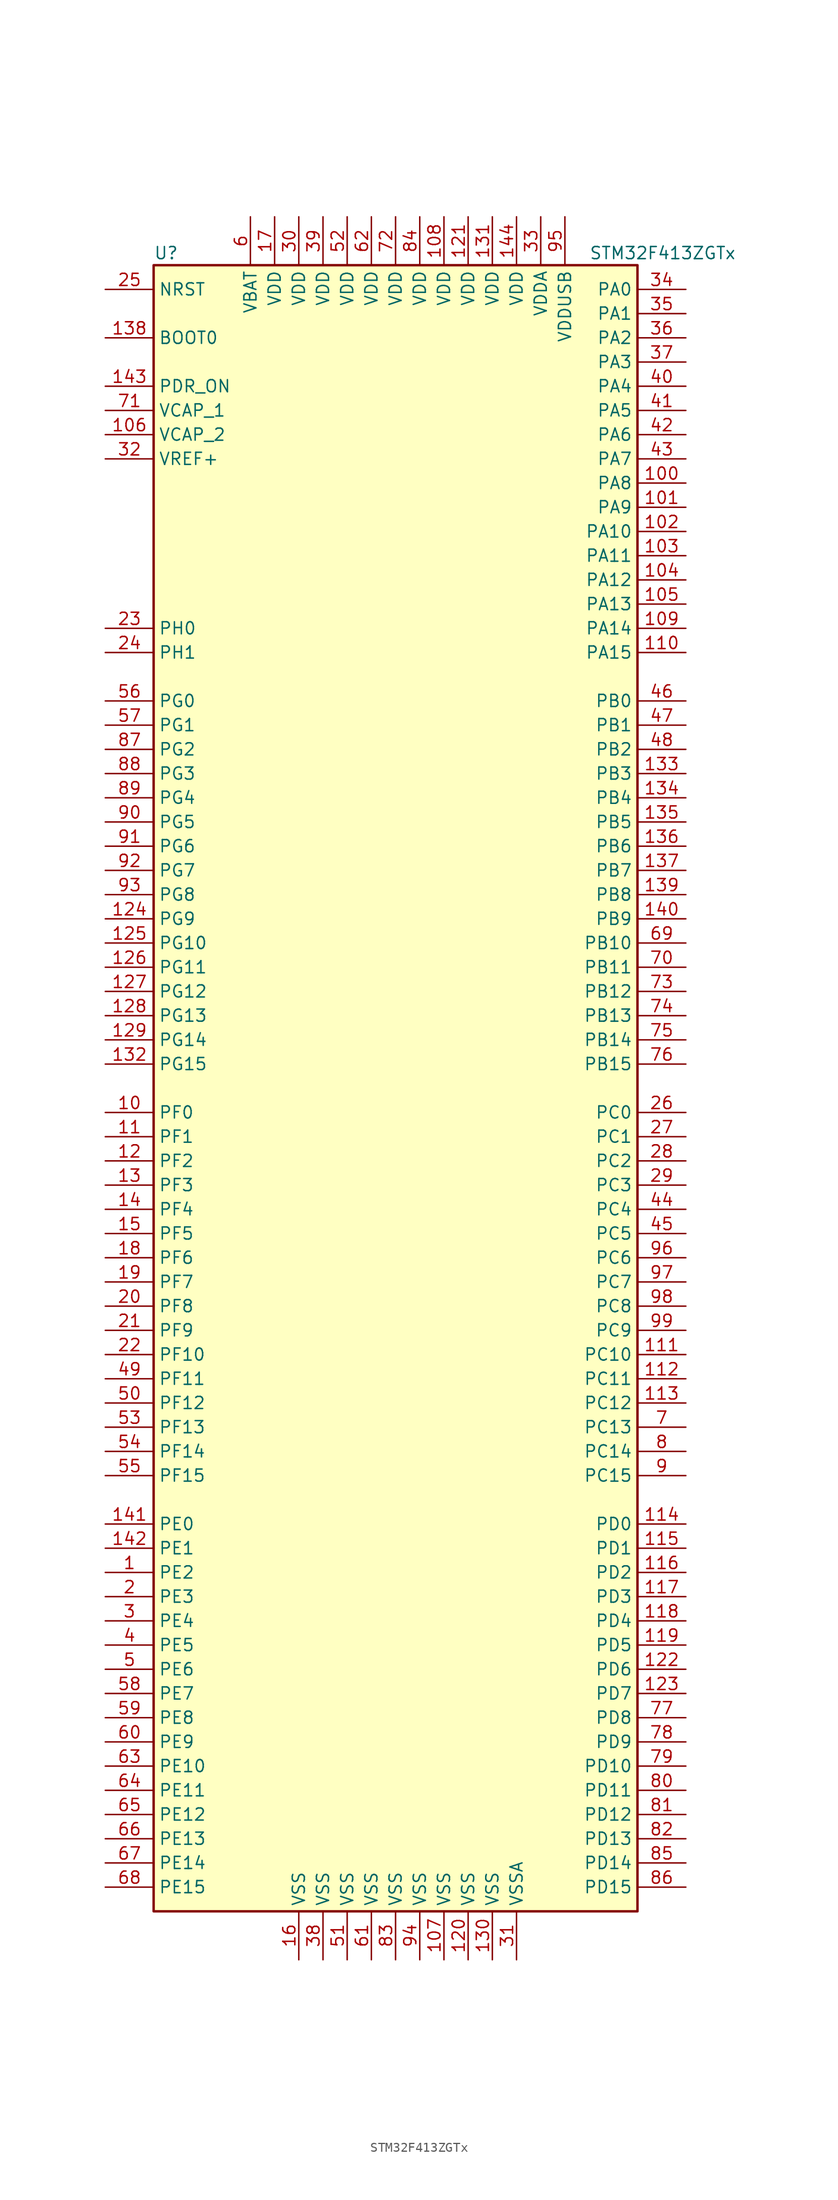
<source format=kicad_sym>
(kicad_symbol_lib
  (version 20211014)
  (generator kicad_symbol_editor)
  (symbol "STM32F413ZGTx"
    (property "Reference" "U"
      (at -25.4 87.63 0)
      (effects (font (size 1.27 1.27)) (justify left)))
    (property "Value" "STM32F413ZGTx"
      (at 20.32 87.63 0)
      (effects (font (size 1.27 1.27)) (justify left)))
    (symbol "STM32F413ZGTx_0_1"
      (rectangle (start -25.4 -86.36) (end 25.4 86.36) (stroke (width 0.254) (type default) (color 0 0 0 0)) (fill (type background))))
    (symbol "STM32F413ZGTx_1_1"
      (pin bidirectional line (at -30.48 -50.8 0) (length 5.08) (name "PE2" (effects (font (size 1.27 1.27)))) (number "1" (effects (font (size 1.27 1.27)))))
      (pin bidirectional line (at -30.48 -2.54 0) (length 5.08) (name "PF0" (effects (font (size 1.27 1.27)))) (number "10" (effects (font (size 1.27 1.27)))))
      (pin bidirectional line (at 30.48 63.5 180) (length 5.08) (name "PA8" (effects (font (size 1.27 1.27)))) (number "100" (effects (font (size 1.27 1.27)))))
      (pin bidirectional line (at 30.48 60.96 180) (length 5.08) (name "PA9" (effects (font (size 1.27 1.27)))) (number "101" (effects (font (size 1.27 1.27)))))
      (pin bidirectional line (at 30.48 58.42 180) (length 5.08) (name "PA10" (effects (font (size 1.27 1.27)))) (number "102" (effects (font (size 1.27 1.27)))))
      (pin bidirectional line (at 30.48 55.88 180) (length 5.08) (name "PA11" (effects (font (size 1.27 1.27)))) (number "103" (effects (font (size 1.27 1.27)))))
      (pin bidirectional line (at 30.48 53.34 180) (length 5.08) (name "PA12" (effects (font (size 1.27 1.27)))) (number "104" (effects (font (size 1.27 1.27)))))
      (pin bidirectional line (at 30.48 50.8 180) (length 5.08) (name "PA13" (effects (font (size 1.27 1.27)))) (number "105" (effects (font (size 1.27 1.27)))))
      (pin power_in line (at -30.48 68.58 0) (length 5.08) (name "VCAP_2" (effects (font (size 1.27 1.27)))) (number "106" (effects (font (size 1.27 1.27)))))
      (pin power_in line (at 5.08 -91.44 90) (length 5.08) (name "VSS" (effects (font (size 1.27 1.27)))) (number "107" (effects (font (size 1.27 1.27)))))
      (pin power_in line (at 5.08 91.44 270) (length 5.08) (name "VDD" (effects (font (size 1.27 1.27)))) (number "108" (effects (font (size 1.27 1.27)))))
      (pin bidirectional line (at 30.48 48.26 180) (length 5.08) (name "PA14" (effects (font (size 1.27 1.27)))) (number "109" (effects (font (size 1.27 1.27)))))
      (pin bidirectional line (at -30.48 -5.08 0) (length 5.08) (name "PF1" (effects (font (size 1.27 1.27)))) (number "11" (effects (font (size 1.27 1.27)))))
      (pin bidirectional line (at 30.48 45.72 180) (length 5.08) (name "PA15" (effects (font (size 1.27 1.27)))) (number "110" (effects (font (size 1.27 1.27)))))
      (pin bidirectional line (at 30.48 -27.94 180) (length 5.08) (name "PC10" (effects (font (size 1.27 1.27)))) (number "111" (effects (font (size 1.27 1.27)))))
      (pin bidirectional line (at 30.48 -30.48 180) (length 5.08) (name "PC11" (effects (font (size 1.27 1.27)))) (number "112" (effects (font (size 1.27 1.27)))))
      (pin bidirectional line (at 30.48 -33.02 180) (length 5.08) (name "PC12" (effects (font (size 1.27 1.27)))) (number "113" (effects (font (size 1.27 1.27)))))
      (pin bidirectional line (at 30.48 -45.72 180) (length 5.08) (name "PD0" (effects (font (size 1.27 1.27)))) (number "114" (effects (font (size 1.27 1.27)))))
      (pin bidirectional line (at 30.48 -48.26 180) (length 5.08) (name "PD1" (effects (font (size 1.27 1.27)))) (number "115" (effects (font (size 1.27 1.27)))))
      (pin bidirectional line (at 30.48 -50.8 180) (length 5.08) (name "PD2" (effects (font (size 1.27 1.27)))) (number "116" (effects (font (size 1.27 1.27)))))
      (pin bidirectional line (at 30.48 -53.34 180) (length 5.08) (name "PD3" (effects (font (size 1.27 1.27)))) (number "117" (effects (font (size 1.27 1.27)))))
      (pin bidirectional line (at 30.48 -55.88 180) (length 5.08) (name "PD4" (effects (font (size 1.27 1.27)))) (number "118" (effects (font (size 1.27 1.27)))))
      (pin bidirectional line (at 30.48 -58.42 180) (length 5.08) (name "PD5" (effects (font (size 1.27 1.27)))) (number "119" (effects (font (size 1.27 1.27)))))
      (pin bidirectional line (at -30.48 -7.62 0) (length 5.08) (name "PF2" (effects (font (size 1.27 1.27)))) (number "12" (effects (font (size 1.27 1.27)))))
      (pin power_in line (at 7.62 -91.44 90) (length 5.08) (name "VSS" (effects (font (size 1.27 1.27)))) (number "120" (effects (font (size 1.27 1.27)))))
      (pin power_in line (at 7.62 91.44 270) (length 5.08) (name "VDD" (effects (font (size 1.27 1.27)))) (number "121" (effects (font (size 1.27 1.27)))))
      (pin bidirectional line (at 30.48 -60.96 180) (length 5.08) (name "PD6" (effects (font (size 1.27 1.27)))) (number "122" (effects (font (size 1.27 1.27)))))
      (pin bidirectional line (at 30.48 -63.5 180) (length 5.08) (name "PD7" (effects (font (size 1.27 1.27)))) (number "123" (effects (font (size 1.27 1.27)))))
      (pin bidirectional line (at -30.48 17.78 0) (length 5.08) (name "PG9" (effects (font (size 1.27 1.27)))) (number "124" (effects (font (size 1.27 1.27)))))
      (pin bidirectional line (at -30.48 15.24 0) (length 5.08) (name "PG10" (effects (font (size 1.27 1.27)))) (number "125" (effects (font (size 1.27 1.27)))))
      (pin bidirectional line (at -30.48 12.7 0) (length 5.08) (name "PG11" (effects (font (size 1.27 1.27)))) (number "126" (effects (font (size 1.27 1.27)))))
      (pin bidirectional line (at -30.48 10.16 0) (length 5.08) (name "PG12" (effects (font (size 1.27 1.27)))) (number "127" (effects (font (size 1.27 1.27)))))
      (pin bidirectional line (at -30.48 7.62 0) (length 5.08) (name "PG13" (effects (font (size 1.27 1.27)))) (number "128" (effects (font (size 1.27 1.27)))))
      (pin bidirectional line (at -30.48 5.08 0) (length 5.08) (name "PG14" (effects (font (size 1.27 1.27)))) (number "129" (effects (font (size 1.27 1.27)))))
      (pin bidirectional line (at -30.48 -10.16 0) (length 5.08) (name "PF3" (effects (font (size 1.27 1.27)))) (number "13" (effects (font (size 1.27 1.27)))))
      (pin power_in line (at 10.16 -91.44 90) (length 5.08) (name "VSS" (effects (font (size 1.27 1.27)))) (number "130" (effects (font (size 1.27 1.27)))))
      (pin power_in line (at 10.16 91.44 270) (length 5.08) (name "VDD" (effects (font (size 1.27 1.27)))) (number "131" (effects (font (size 1.27 1.27)))))
      (pin bidirectional line (at -30.48 2.54 0) (length 5.08) (name "PG15" (effects (font (size 1.27 1.27)))) (number "132" (effects (font (size 1.27 1.27)))))
      (pin bidirectional line (at 30.48 33.02 180) (length 5.08) (name "PB3" (effects (font (size 1.27 1.27)))) (number "133" (effects (font (size 1.27 1.27)))))
      (pin bidirectional line (at 30.48 30.48 180) (length 5.08) (name "PB4" (effects (font (size 1.27 1.27)))) (number "134" (effects (font (size 1.27 1.27)))))
      (pin bidirectional line (at 30.48 27.94 180) (length 5.08) (name "PB5" (effects (font (size 1.27 1.27)))) (number "135" (effects (font (size 1.27 1.27)))))
      (pin bidirectional line (at 30.48 25.4 180) (length 5.08) (name "PB6" (effects (font (size 1.27 1.27)))) (number "136" (effects (font (size 1.27 1.27)))))
      (pin bidirectional line (at 30.48 22.86 180) (length 5.08) (name "PB7" (effects (font (size 1.27 1.27)))) (number "137" (effects (font (size 1.27 1.27)))))
      (pin input line (at -30.48 78.74 0) (length 5.08) (name "BOOT0" (effects (font (size 1.27 1.27)))) (number "138" (effects (font (size 1.27 1.27)))))
      (pin bidirectional line (at 30.48 20.32 180) (length 5.08) (name "PB8" (effects (font (size 1.27 1.27)))) (number "139" (effects (font (size 1.27 1.27)))))
      (pin bidirectional line (at -30.48 -12.7 0) (length 5.08) (name "PF4" (effects (font (size 1.27 1.27)))) (number "14" (effects (font (size 1.27 1.27)))))
      (pin bidirectional line (at 30.48 17.78 180) (length 5.08) (name "PB9" (effects (font (size 1.27 1.27)))) (number "140" (effects (font (size 1.27 1.27)))))
      (pin bidirectional line (at -30.48 -45.72 0) (length 5.08) (name "PE0" (effects (font (size 1.27 1.27)))) (number "141" (effects (font (size 1.27 1.27)))))
      (pin bidirectional line (at -30.48 -48.26 0) (length 5.08) (name "PE1" (effects (font (size 1.27 1.27)))) (number "142" (effects (font (size 1.27 1.27)))))
      (pin power_in line (at -30.48 73.66 0) (length 5.08) (name "PDR_ON" (effects (font (size 1.27 1.27)))) (number "143" (effects (font (size 1.27 1.27)))))
      (pin power_in line (at 12.7 91.44 270) (length 5.08) (name "VDD" (effects (font (size 1.27 1.27)))) (number "144" (effects (font (size 1.27 1.27)))))
      (pin bidirectional line (at -30.48 -15.24 0) (length 5.08) (name "PF5" (effects (font (size 1.27 1.27)))) (number "15" (effects (font (size 1.27 1.27)))))
      (pin power_in line (at -10.16 -91.44 90) (length 5.08) (name "VSS" (effects (font (size 1.27 1.27)))) (number "16" (effects (font (size 1.27 1.27)))))
      (pin power_in line (at -12.7 91.44 270) (length 5.08) (name "VDD" (effects (font (size 1.27 1.27)))) (number "17" (effects (font (size 1.27 1.27)))))
      (pin bidirectional line (at -30.48 -17.78 0) (length 5.08) (name "PF6" (effects (font (size 1.27 1.27)))) (number "18" (effects (font (size 1.27 1.27)))))
      (pin bidirectional line (at -30.48 -20.32 0) (length 5.08) (name "PF7" (effects (font (size 1.27 1.27)))) (number "19" (effects (font (size 1.27 1.27)))))
      (pin bidirectional line (at -30.48 -53.34 0) (length 5.08) (name "PE3" (effects (font (size 1.27 1.27)))) (number "2" (effects (font (size 1.27 1.27)))))
      (pin bidirectional line (at -30.48 -22.86 0) (length 5.08) (name "PF8" (effects (font (size 1.27 1.27)))) (number "20" (effects (font (size 1.27 1.27)))))
      (pin bidirectional line (at -30.48 -25.4 0) (length 5.08) (name "PF9" (effects (font (size 1.27 1.27)))) (number "21" (effects (font (size 1.27 1.27)))))
      (pin bidirectional line (at -30.48 -27.94 0) (length 5.08) (name "PF10" (effects (font (size 1.27 1.27)))) (number "22" (effects (font (size 1.27 1.27)))))
      (pin input line (at -30.48 48.26 0) (length 5.08) (name "PH0" (effects (font (size 1.27 1.27)))) (number "23" (effects (font (size 1.27 1.27)))))
      (pin input line (at -30.48 45.72 0) (length 5.08) (name "PH1" (effects (font (size 1.27 1.27)))) (number "24" (effects (font (size 1.27 1.27)))))
      (pin input line (at -30.48 83.82 0) (length 5.08) (name "NRST" (effects (font (size 1.27 1.27)))) (number "25" (effects (font (size 1.27 1.27)))))
      (pin bidirectional line (at 30.48 -2.54 180) (length 5.08) (name "PC0" (effects (font (size 1.27 1.27)))) (number "26" (effects (font (size 1.27 1.27)))))
      (pin bidirectional line (at 30.48 -5.08 180) (length 5.08) (name "PC1" (effects (font (size 1.27 1.27)))) (number "27" (effects (font (size 1.27 1.27)))))
      (pin bidirectional line (at 30.48 -7.62 180) (length 5.08) (name "PC2" (effects (font (size 1.27 1.27)))) (number "28" (effects (font (size 1.27 1.27)))))
      (pin bidirectional line (at 30.48 -10.16 180) (length 5.08) (name "PC3" (effects (font (size 1.27 1.27)))) (number "29" (effects (font (size 1.27 1.27)))))
      (pin bidirectional line (at -30.48 -55.88 0) (length 5.08) (name "PE4" (effects (font (size 1.27 1.27)))) (number "3" (effects (font (size 1.27 1.27)))))
      (pin power_in line (at -10.16 91.44 270) (length 5.08) (name "VDD" (effects (font (size 1.27 1.27)))) (number "30" (effects (font (size 1.27 1.27)))))
      (pin power_in line (at 12.7 -91.44 90) (length 5.08) (name "VSSA" (effects (font (size 1.27 1.27)))) (number "31" (effects (font (size 1.27 1.27)))))
      (pin power_in line (at -30.48 66.04 0) (length 5.08) (name "VREF+" (effects (font (size 1.27 1.27)))) (number "32" (effects (font (size 1.27 1.27)))))
      (pin power_in line (at 15.24 91.44 270) (length 5.08) (name "VDDA" (effects (font (size 1.27 1.27)))) (number "33" (effects (font (size 1.27 1.27)))))
      (pin bidirectional line (at 30.48 83.82 180) (length 5.08) (name "PA0" (effects (font (size 1.27 1.27)))) (number "34" (effects (font (size 1.27 1.27)))))
      (pin bidirectional line (at 30.48 81.28 180) (length 5.08) (name "PA1" (effects (font (size 1.27 1.27)))) (number "35" (effects (font (size 1.27 1.27)))))
      (pin bidirectional line (at 30.48 78.74 180) (length 5.08) (name "PA2" (effects (font (size 1.27 1.27)))) (number "36" (effects (font (size 1.27 1.27)))))
      (pin bidirectional line (at 30.48 76.2 180) (length 5.08) (name "PA3" (effects (font (size 1.27 1.27)))) (number "37" (effects (font (size 1.27 1.27)))))
      (pin power_in line (at -7.62 -91.44 90) (length 5.08) (name "VSS" (effects (font (size 1.27 1.27)))) (number "38" (effects (font (size 1.27 1.27)))))
      (pin power_in line (at -7.62 91.44 270) (length 5.08) (name "VDD" (effects (font (size 1.27 1.27)))) (number "39" (effects (font (size 1.27 1.27)))))
      (pin bidirectional line (at -30.48 -58.42 0) (length 5.08) (name "PE5" (effects (font (size 1.27 1.27)))) (number "4" (effects (font (size 1.27 1.27)))))
      (pin bidirectional line (at 30.48 73.66 180) (length 5.08) (name "PA4" (effects (font (size 1.27 1.27)))) (number "40" (effects (font (size 1.27 1.27)))))
      (pin bidirectional line (at 30.48 71.12 180) (length 5.08) (name "PA5" (effects (font (size 1.27 1.27)))) (number "41" (effects (font (size 1.27 1.27)))))
      (pin bidirectional line (at 30.48 68.58 180) (length 5.08) (name "PA6" (effects (font (size 1.27 1.27)))) (number "42" (effects (font (size 1.27 1.27)))))
      (pin bidirectional line (at 30.48 66.04 180) (length 5.08) (name "PA7" (effects (font (size 1.27 1.27)))) (number "43" (effects (font (size 1.27 1.27)))))
      (pin bidirectional line (at 30.48 -12.7 180) (length 5.08) (name "PC4" (effects (font (size 1.27 1.27)))) (number "44" (effects (font (size 1.27 1.27)))))
      (pin bidirectional line (at 30.48 -15.24 180) (length 5.08) (name "PC5" (effects (font (size 1.27 1.27)))) (number "45" (effects (font (size 1.27 1.27)))))
      (pin bidirectional line (at 30.48 40.64 180) (length 5.08) (name "PB0" (effects (font (size 1.27 1.27)))) (number "46" (effects (font (size 1.27 1.27)))))
      (pin bidirectional line (at 30.48 38.1 180) (length 5.08) (name "PB1" (effects (font (size 1.27 1.27)))) (number "47" (effects (font (size 1.27 1.27)))))
      (pin bidirectional line (at 30.48 35.56 180) (length 5.08) (name "PB2" (effects (font (size 1.27 1.27)))) (number "48" (effects (font (size 1.27 1.27)))))
      (pin bidirectional line (at -30.48 -30.48 0) (length 5.08) (name "PF11" (effects (font (size 1.27 1.27)))) (number "49" (effects (font (size 1.27 1.27)))))
      (pin bidirectional line (at -30.48 -60.96 0) (length 5.08) (name "PE6" (effects (font (size 1.27 1.27)))) (number "5" (effects (font (size 1.27 1.27)))))
      (pin bidirectional line (at -30.48 -33.02 0) (length 5.08) (name "PF12" (effects (font (size 1.27 1.27)))) (number "50" (effects (font (size 1.27 1.27)))))
      (pin power_in line (at -5.08 -91.44 90) (length 5.08) (name "VSS" (effects (font (size 1.27 1.27)))) (number "51" (effects (font (size 1.27 1.27)))))
      (pin power_in line (at -5.08 91.44 270) (length 5.08) (name "VDD" (effects (font (size 1.27 1.27)))) (number "52" (effects (font (size 1.27 1.27)))))
      (pin bidirectional line (at -30.48 -35.56 0) (length 5.08) (name "PF13" (effects (font (size 1.27 1.27)))) (number "53" (effects (font (size 1.27 1.27)))))
      (pin bidirectional line (at -30.48 -38.1 0) (length 5.08) (name "PF14" (effects (font (size 1.27 1.27)))) (number "54" (effects (font (size 1.27 1.27)))))
      (pin bidirectional line (at -30.48 -40.64 0) (length 5.08) (name "PF15" (effects (font (size 1.27 1.27)))) (number "55" (effects (font (size 1.27 1.27)))))
      (pin bidirectional line (at -30.48 40.64 0) (length 5.08) (name "PG0" (effects (font (size 1.27 1.27)))) (number "56" (effects (font (size 1.27 1.27)))))
      (pin bidirectional line (at -30.48 38.1 0) (length 5.08) (name "PG1" (effects (font (size 1.27 1.27)))) (number "57" (effects (font (size 1.27 1.27)))))
      (pin bidirectional line (at -30.48 -63.5 0) (length 5.08) (name "PE7" (effects (font (size 1.27 1.27)))) (number "58" (effects (font (size 1.27 1.27)))))
      (pin bidirectional line (at -30.48 -66.04 0) (length 5.08) (name "PE8" (effects (font (size 1.27 1.27)))) (number "59" (effects (font (size 1.27 1.27)))))
      (pin power_in line (at -15.24 91.44 270) (length 5.08) (name "VBAT" (effects (font (size 1.27 1.27)))) (number "6" (effects (font (size 1.27 1.27)))))
      (pin bidirectional line (at -30.48 -68.58 0) (length 5.08) (name "PE9" (effects (font (size 1.27 1.27)))) (number "60" (effects (font (size 1.27 1.27)))))
      (pin power_in line (at -2.54 -91.44 90) (length 5.08) (name "VSS" (effects (font (size 1.27 1.27)))) (number "61" (effects (font (size 1.27 1.27)))))
      (pin power_in line (at -2.54 91.44 270) (length 5.08) (name "VDD" (effects (font (size 1.27 1.27)))) (number "62" (effects (font (size 1.27 1.27)))))
      (pin bidirectional line (at -30.48 -71.12 0) (length 5.08) (name "PE10" (effects (font (size 1.27 1.27)))) (number "63" (effects (font (size 1.27 1.27)))))
      (pin bidirectional line (at -30.48 -73.66 0) (length 5.08) (name "PE11" (effects (font (size 1.27 1.27)))) (number "64" (effects (font (size 1.27 1.27)))))
      (pin bidirectional line (at -30.48 -76.2 0) (length 5.08) (name "PE12" (effects (font (size 1.27 1.27)))) (number "65" (effects (font (size 1.27 1.27)))))
      (pin bidirectional line (at -30.48 -78.74 0) (length 5.08) (name "PE13" (effects (font (size 1.27 1.27)))) (number "66" (effects (font (size 1.27 1.27)))))
      (pin bidirectional line (at -30.48 -81.28 0) (length 5.08) (name "PE14" (effects (font (size 1.27 1.27)))) (number "67" (effects (font (size 1.27 1.27)))))
      (pin bidirectional line (at -30.48 -83.82 0) (length 5.08) (name "PE15" (effects (font (size 1.27 1.27)))) (number "68" (effects (font (size 1.27 1.27)))))
      (pin bidirectional line (at 30.48 15.24 180) (length 5.08) (name "PB10" (effects (font (size 1.27 1.27)))) (number "69" (effects (font (size 1.27 1.27)))))
      (pin bidirectional line (at 30.48 -35.56 180) (length 5.08) (name "PC13" (effects (font (size 1.27 1.27)))) (number "7" (effects (font (size 1.27 1.27)))))
      (pin bidirectional line (at 30.48 12.7 180) (length 5.08) (name "PB11" (effects (font (size 1.27 1.27)))) (number "70" (effects (font (size 1.27 1.27)))))
      (pin power_in line (at -30.48 71.12 0) (length 5.08) (name "VCAP_1" (effects (font (size 1.27 1.27)))) (number "71" (effects (font (size 1.27 1.27)))))
      (pin power_in line (at 0 91.44 270) (length 5.08) (name "VDD" (effects (font (size 1.27 1.27)))) (number "72" (effects (font (size 1.27 1.27)))))
      (pin bidirectional line (at 30.48 10.16 180) (length 5.08) (name "PB12" (effects (font (size 1.27 1.27)))) (number "73" (effects (font (size 1.27 1.27)))))
      (pin bidirectional line (at 30.48 7.62 180) (length 5.08) (name "PB13" (effects (font (size 1.27 1.27)))) (number "74" (effects (font (size 1.27 1.27)))))
      (pin bidirectional line (at 30.48 5.08 180) (length 5.08) (name "PB14" (effects (font (size 1.27 1.27)))) (number "75" (effects (font (size 1.27 1.27)))))
      (pin bidirectional line (at 30.48 2.54 180) (length 5.08) (name "PB15" (effects (font (size 1.27 1.27)))) (number "76" (effects (font (size 1.27 1.27)))))
      (pin bidirectional line (at 30.48 -66.04 180) (length 5.08) (name "PD8" (effects (font (size 1.27 1.27)))) (number "77" (effects (font (size 1.27 1.27)))))
      (pin bidirectional line (at 30.48 -68.58 180) (length 5.08) (name "PD9" (effects (font (size 1.27 1.27)))) (number "78" (effects (font (size 1.27 1.27)))))
      (pin bidirectional line (at 30.48 -71.12 180) (length 5.08) (name "PD10" (effects (font (size 1.27 1.27)))) (number "79" (effects (font (size 1.27 1.27)))))
      (pin bidirectional line (at 30.48 -38.1 180) (length 5.08) (name "PC14" (effects (font (size 1.27 1.27)))) (number "8" (effects (font (size 1.27 1.27)))))
      (pin bidirectional line (at 30.48 -73.66 180) (length 5.08) (name "PD11" (effects (font (size 1.27 1.27)))) (number "80" (effects (font (size 1.27 1.27)))))
      (pin bidirectional line (at 30.48 -76.2 180) (length 5.08) (name "PD12" (effects (font (size 1.27 1.27)))) (number "81" (effects (font (size 1.27 1.27)))))
      (pin bidirectional line (at 30.48 -78.74 180) (length 5.08) (name "PD13" (effects (font (size 1.27 1.27)))) (number "82" (effects (font (size 1.27 1.27)))))
      (pin power_in line (at 0 -91.44 90) (length 5.08) (name "VSS" (effects (font (size 1.27 1.27)))) (number "83" (effects (font (size 1.27 1.27)))))
      (pin power_in line (at 2.54 91.44 270) (length 5.08) (name "VDD" (effects (font (size 1.27 1.27)))) (number "84" (effects (font (size 1.27 1.27)))))
      (pin bidirectional line (at 30.48 -81.28 180) (length 5.08) (name "PD14" (effects (font (size 1.27 1.27)))) (number "85" (effects (font (size 1.27 1.27)))))
      (pin bidirectional line (at 30.48 -83.82 180) (length 5.08) (name "PD15" (effects (font (size 1.27 1.27)))) (number "86" (effects (font (size 1.27 1.27)))))
      (pin bidirectional line (at -30.48 35.56 0) (length 5.08) (name "PG2" (effects (font (size 1.27 1.27)))) (number "87" (effects (font (size 1.27 1.27)))))
      (pin bidirectional line (at -30.48 33.02 0) (length 5.08) (name "PG3" (effects (font (size 1.27 1.27)))) (number "88" (effects (font (size 1.27 1.27)))))
      (pin bidirectional line (at -30.48 30.48 0) (length 5.08) (name "PG4" (effects (font (size 1.27 1.27)))) (number "89" (effects (font (size 1.27 1.27)))))
      (pin bidirectional line (at 30.48 -40.64 180) (length 5.08) (name "PC15" (effects (font (size 1.27 1.27)))) (number "9" (effects (font (size 1.27 1.27)))))
      (pin bidirectional line (at -30.48 27.94 0) (length 5.08) (name "PG5" (effects (font (size 1.27 1.27)))) (number "90" (effects (font (size 1.27 1.27)))))
      (pin bidirectional line (at -30.48 25.4 0) (length 5.08) (name "PG6" (effects (font (size 1.27 1.27)))) (number "91" (effects (font (size 1.27 1.27)))))
      (pin bidirectional line (at -30.48 22.86 0) (length 5.08) (name "PG7" (effects (font (size 1.27 1.27)))) (number "92" (effects (font (size 1.27 1.27)))))
      (pin bidirectional line (at -30.48 20.32 0) (length 5.08) (name "PG8" (effects (font (size 1.27 1.27)))) (number "93" (effects (font (size 1.27 1.27)))))
      (pin power_in line (at 2.54 -91.44 90) (length 5.08) (name "VSS" (effects (font (size 1.27 1.27)))) (number "94" (effects (font (size 1.27 1.27)))))
      (pin power_in line (at 17.78 91.44 270) (length 5.08) (name "VDDUSB" (effects (font (size 1.27 1.27)))) (number "95" (effects (font (size 1.27 1.27)))))
      (pin bidirectional line (at 30.48 -17.78 180) (length 5.08) (name "PC6" (effects (font (size 1.27 1.27)))) (number "96" (effects (font (size 1.27 1.27)))))
      (pin bidirectional line (at 30.48 -20.32 180) (length 5.08) (name "PC7" (effects (font (size 1.27 1.27)))) (number "97" (effects (font (size 1.27 1.27)))))
      (pin bidirectional line (at 30.48 -22.86 180) (length 5.08) (name "PC8" (effects (font (size 1.27 1.27)))) (number "98" (effects (font (size 1.27 1.27)))))
      (pin bidirectional line (at 30.48 -25.4 180) (length 5.08) (name "PC9" (effects (font (size 1.27 1.27)))) (number "99" (effects (font (size 1.27 1.27))))))))
</source>
